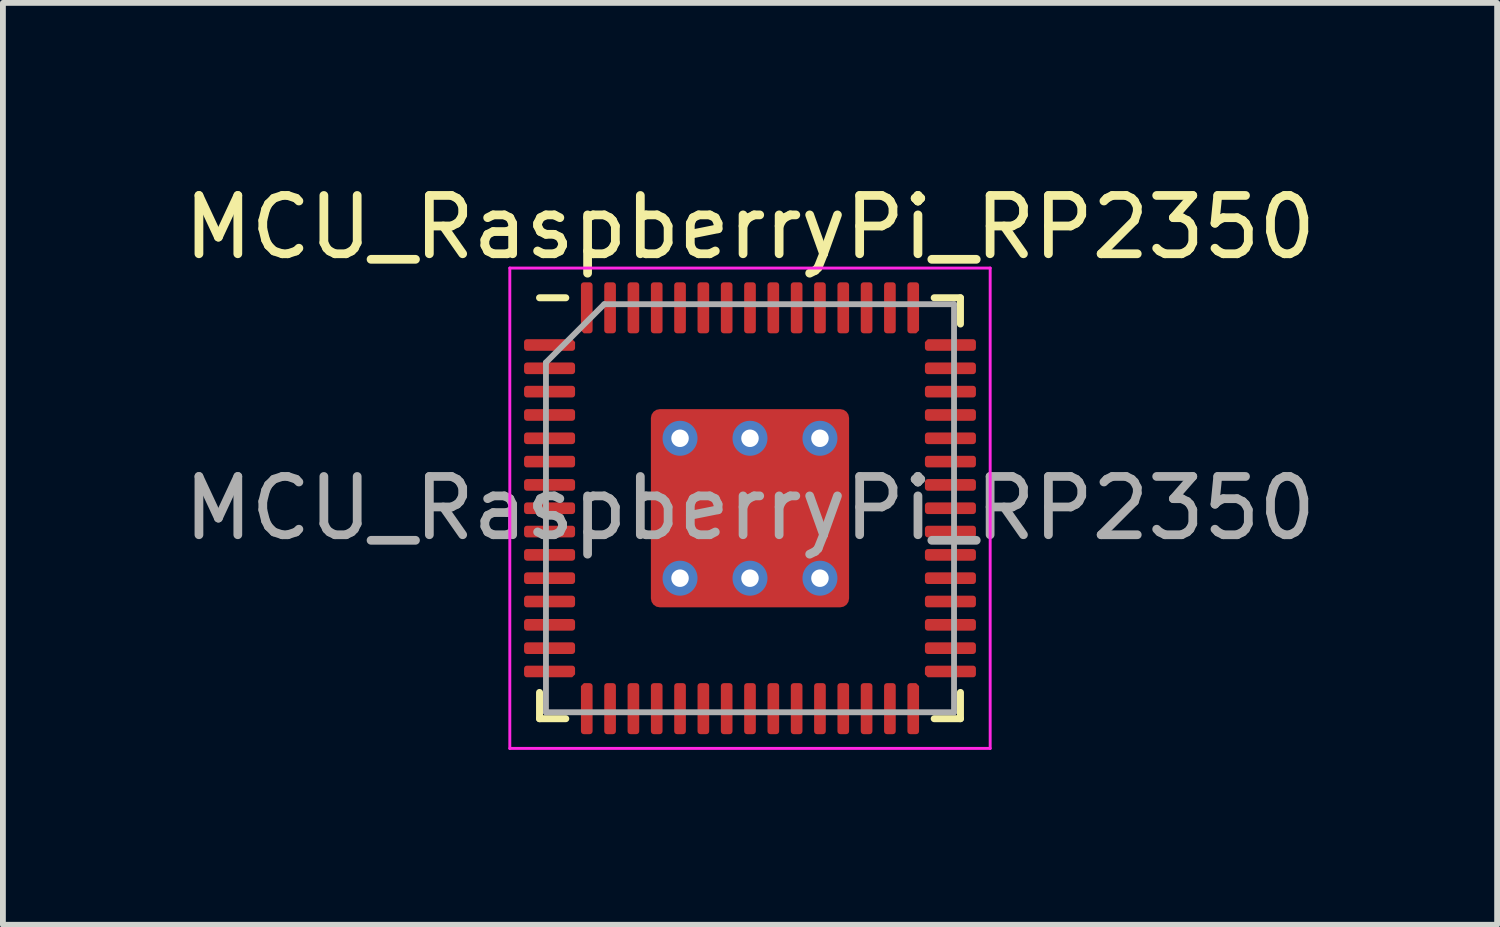
<source format=kicad_pcb>
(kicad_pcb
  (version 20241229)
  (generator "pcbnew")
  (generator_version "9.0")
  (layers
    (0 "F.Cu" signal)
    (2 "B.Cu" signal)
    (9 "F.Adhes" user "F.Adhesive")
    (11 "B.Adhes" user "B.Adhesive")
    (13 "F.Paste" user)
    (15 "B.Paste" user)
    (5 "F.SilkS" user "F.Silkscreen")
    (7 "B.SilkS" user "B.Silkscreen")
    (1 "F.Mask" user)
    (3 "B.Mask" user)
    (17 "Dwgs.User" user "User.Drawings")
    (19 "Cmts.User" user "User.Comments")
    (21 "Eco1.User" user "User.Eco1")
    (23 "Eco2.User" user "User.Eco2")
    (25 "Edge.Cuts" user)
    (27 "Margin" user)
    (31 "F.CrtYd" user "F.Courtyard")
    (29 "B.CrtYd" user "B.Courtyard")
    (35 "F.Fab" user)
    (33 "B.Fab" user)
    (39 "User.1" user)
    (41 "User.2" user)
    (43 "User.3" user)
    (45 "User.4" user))
  (footprint "MCU_RaspberryPi_RP2350"
    (layer "F.Cu")
    (at 9.815 5.668)
    (property "Reference" "MCU_RaspberryPi_RP2350" (at 0 -4.82 0) (layer "F.SilkS") (effects (font (size 1 1) (thickness 0.15))))
    (attr smd)
    (fp_line (start -3.61 3.61) (end -3.61 3.16) (stroke (width 0.12) (type solid)) (layer "F.SilkS"))
    (fp_line (start -3.16 -3.61) (end -3.61 -3.61) (stroke (width 0.12) (type solid)) (layer "F.SilkS"))
    (fp_line (start -3.16 3.61) (end -3.61 3.61) (stroke (width 0.12) (type solid)) (layer "F.SilkS"))
    (fp_line (start 3.16 -3.61) (end 3.61 -3.61) (stroke (width 0.12) (type solid)) (layer "F.SilkS"))
    (fp_line (start 3.16 3.61) (end 3.61 3.61) (stroke (width 0.12) (type solid)) (layer "F.SilkS"))
    (fp_line (start 3.61 -3.61) (end 3.61 -3.16) (stroke (width 0.12) (type solid)) (layer "F.SilkS"))
    (fp_line (start 3.61 3.61) (end 3.61 3.16) (stroke (width 0.12) (type solid)) (layer "F.SilkS"))
    (fp_line (start -4.12 -4.12) (end -4.12 4.12) (stroke (width 0.05) (type solid)) (layer "F.CrtYd"))
    (fp_line (start -4.12 4.12) (end 4.12 4.12) (stroke (width 0.05) (type solid)) (layer "F.CrtYd"))
    (fp_line (start 4.12 -4.12) (end -4.12 -4.12) (stroke (width 0.05) (type solid)) (layer "F.CrtYd"))
    (fp_line (start 4.12 4.12) (end 4.12 -4.12) (stroke (width 0.05) (type solid)) (layer "F.CrtYd"))
    (fp_line (start -3.5 -2.5) (end -2.5 -3.5) (stroke (width 0.1) (type solid)) (layer "F.Fab"))
    (fp_line (start -3.5 3.5) (end -3.5 -2.5) (stroke (width 0.1) (type solid)) (layer "F.Fab"))
    (fp_line (start -2.5 -3.5) (end 3.5 -3.5) (stroke (width 0.1) (type solid)) (layer "F.Fab"))
    (fp_line (start 3.5 -3.5) (end 3.5 3.5) (stroke (width 0.1) (type solid)) (layer "F.Fab"))
    (fp_line (start 3.5 3.5) (end -3.5 3.5) (stroke (width 0.1) (type solid)) (layer "F.Fab"))
    (fp_text user "${REFERENCE}" (at 0 0 0) (layer "F.Fab") (effects (font (size 1 1) (thickness 0.15))))
    (pad "" smd roundrect (at -0.7 -0.7) (size 1.2 1.2) (layers "F.Paste") (roundrect_rratio 0.208))
    (pad "" smd roundrect (at -0.7 0.7) (size 1.2 1.2) (layers "F.Paste") (roundrect_rratio 0.208))
    (pad "" smd roundrect (at 0.7 -0.7) (size 1.2 1.2) (layers "F.Paste") (roundrect_rratio 0.208))
    (pad "" smd roundrect (at 0.7 0.7) (size 1.2 1.2) (layers "F.Paste") (roundrect_rratio 0.208))
    (pad "1" smd roundrect (at -3.438 -2.8) (size 0.875 0.2) (layers "F.Cu" "F.Mask" "F.Paste") (roundrect_rratio 0.25) (chamfer_ratio 0.25) (chamfer top_right))
    (pad "2" smd roundrect (at -3.438 -2.4) (size 0.875 0.2) (layers "F.Cu" "F.Mask" "F.Paste") (roundrect_rratio 0.25))
    (pad "3" smd roundrect (at -3.438 -2) (size 0.875 0.2) (layers "F.Cu" "F.Mask" "F.Paste") (roundrect_rratio 0.25))
    (pad "4" smd roundrect (at -3.438 -1.6) (size 0.875 0.2) (layers "F.Cu" "F.Mask" "F.Paste") (roundrect_rratio 0.25))
    (pad "5" smd roundrect (at -3.438 -1.2) (size 0.875 0.2) (layers "F.Cu" "F.Mask" "F.Paste") (roundrect_rratio 0.25))
    (pad "6" smd roundrect (at -3.438 -0.8) (size 0.875 0.2) (layers "F.Cu" "F.Mask" "F.Paste") (roundrect_rratio 0.25))
    (pad "7" smd roundrect (at -3.438 -0.4) (size 0.875 0.2) (layers "F.Cu" "F.Mask" "F.Paste") (roundrect_rratio 0.25))
    (pad "8" smd roundrect (at -3.438 0) (size 0.875 0.2) (layers "F.Cu" "F.Mask" "F.Paste") (roundrect_rratio 0.25))
    (pad "9" smd roundrect (at -3.438 0.4) (size 0.875 0.2) (layers "F.Cu" "F.Mask" "F.Paste") (roundrect_rratio 0.25))
    (pad "10" smd roundrect (at -3.438 0.8) (size 0.875 0.2) (layers "F.Cu" "F.Mask" "F.Paste") (roundrect_rratio 0.25))
    (pad "11" smd roundrect (at -3.438 1.2) (size 0.875 0.2) (layers "F.Cu" "F.Mask" "F.Paste") (roundrect_rratio 0.25))
    (pad "12" smd roundrect (at -3.438 1.6) (size 0.875 0.2) (layers "F.Cu" "F.Mask" "F.Paste") (roundrect_rratio 0.25))
    (pad "13" smd roundrect (at -3.438 2) (size 0.875 0.2) (layers "F.Cu" "F.Mask" "F.Paste") (roundrect_rratio 0.25))
    (pad "14" smd roundrect (at -3.438 2.4) (size 0.875 0.2) (layers "F.Cu" "F.Mask" "F.Paste") (roundrect_rratio 0.25))
    (pad "15" smd roundrect (at -3.438 2.8) (size 0.875 0.2) (layers "F.Cu" "F.Mask" "F.Paste") (roundrect_rratio 0.25) (chamfer_ratio 0.25) (chamfer bottom_right))
    (pad "16" smd roundrect (at -2.8 3.438) (size 0.2 0.875) (layers "F.Cu" "F.Mask" "F.Paste") (roundrect_rratio 0.25) (chamfer_ratio 0.25) (chamfer top_left))
    (pad "17" smd roundrect (at -2.4 3.438) (size 0.2 0.875) (layers "F.Cu" "F.Mask" "F.Paste") (roundrect_rratio 0.25))
    (pad "18" smd roundrect (at -2 3.438) (size 0.2 0.875) (layers "F.Cu" "F.Mask" "F.Paste") (roundrect_rratio 0.25))
    (pad "19" smd roundrect (at -1.6 3.438) (size 0.2 0.875) (layers "F.Cu" "F.Mask" "F.Paste") (roundrect_rratio 0.25))
    (pad "20" smd roundrect (at -1.2 3.438) (size 0.2 0.875) (layers "F.Cu" "F.Mask" "F.Paste") (roundrect_rratio 0.25))
    (pad "21" smd roundrect (at -0.8 3.438) (size 0.2 0.875) (layers "F.Cu" "F.Mask" "F.Paste") (roundrect_rratio 0.25))
    (pad "22" smd roundrect (at -0.4 3.438) (size 0.2 0.875) (layers "F.Cu" "F.Mask" "F.Paste") (roundrect_rratio 0.25))
    (pad "23" smd roundrect (at 0 3.438) (size 0.2 0.875) (layers "F.Cu" "F.Mask" "F.Paste") (roundrect_rratio 0.25))
    (pad "24" smd roundrect (at 0.4 3.438) (size 0.2 0.875) (layers "F.Cu" "F.Mask" "F.Paste") (roundrect_rratio 0.25))
    (pad "25" smd roundrect (at 0.8 3.438) (size 0.2 0.875) (layers "F.Cu" "F.Mask" "F.Paste") (roundrect_rratio 0.25))
    (pad "26" smd roundrect (at 1.2 3.438) (size 0.2 0.875) (layers "F.Cu" "F.Mask" "F.Paste") (roundrect_rratio 0.25))
    (pad "27" smd roundrect (at 1.6 3.438) (size 0.2 0.875) (layers "F.Cu" "F.Mask" "F.Paste") (roundrect_rratio 0.25))
    (pad "28" smd roundrect (at 2 3.438) (size 0.2 0.875) (layers "F.Cu" "F.Mask" "F.Paste") (roundrect_rratio 0.25))
    (pad "29" smd roundrect (at 2.4 3.438) (size 0.2 0.875) (layers "F.Cu" "F.Mask" "F.Paste") (roundrect_rratio 0.25))
    (pad "30" smd roundrect (at 2.8 3.438) (size 0.2 0.875) (layers "F.Cu" "F.Mask" "F.Paste") (roundrect_rratio 0.25) (chamfer_ratio 0.25) (chamfer top_right))
    (pad "31" smd roundrect (at 3.438 2.8) (size 0.875 0.2) (layers "F.Cu" "F.Mask" "F.Paste") (roundrect_rratio 0.25) (chamfer_ratio 0.25) (chamfer bottom_left))
    (pad "32" smd roundrect (at 3.438 2.4) (size 0.875 0.2) (layers "F.Cu" "F.Mask" "F.Paste") (roundrect_rratio 0.25))
    (pad "33" smd roundrect (at 3.438 2) (size 0.875 0.2) (layers "F.Cu" "F.Mask" "F.Paste") (roundrect_rratio 0.25))
    (pad "34" smd roundrect (at 3.438 1.6) (size 0.875 0.2) (layers "F.Cu" "F.Mask" "F.Paste") (roundrect_rratio 0.25))
    (pad "35" smd roundrect (at 3.438 1.2) (size 0.875 0.2) (layers "F.Cu" "F.Mask" "F.Paste") (roundrect_rratio 0.25))
    (pad "36" smd roundrect (at 3.438 0.8) (size 0.875 0.2) (layers "F.Cu" "F.Mask" "F.Paste") (roundrect_rratio 0.25))
    (pad "37" smd roundrect (at 3.438 0.4) (size 0.875 0.2) (layers "F.Cu" "F.Mask" "F.Paste") (roundrect_rratio 0.25))
    (pad "38" smd roundrect (at 3.438 0) (size 0.875 0.2) (layers "F.Cu" "F.Mask" "F.Paste") (roundrect_rratio 0.25))
    (pad "39" smd roundrect (at 3.438 -0.4) (size 0.875 0.2) (layers "F.Cu" "F.Mask" "F.Paste") (roundrect_rratio 0.25))
    (pad "40" smd roundrect (at 3.438 -0.8) (size 0.875 0.2) (layers "F.Cu" "F.Mask" "F.Paste") (roundrect_rratio 0.25))
    (pad "41" smd roundrect (at 3.438 -1.2) (size 0.875 0.2) (layers "F.Cu" "F.Mask" "F.Paste") (roundrect_rratio 0.25))
    (pad "42" smd roundrect (at 3.438 -1.6) (size 0.875 0.2) (layers "F.Cu" "F.Mask" "F.Paste") (roundrect_rratio 0.25))
    (pad "43" smd roundrect (at 3.438 -2) (size 0.875 0.2) (layers "F.Cu" "F.Mask" "F.Paste") (roundrect_rratio 0.25))
    (pad "44" smd roundrect (at 3.438 -2.4) (size 0.875 0.2) (layers "F.Cu" "F.Mask" "F.Paste") (roundrect_rratio 0.25))
    (pad "45" smd roundrect (at 3.438 -2.8) (size 0.875 0.2) (layers "F.Cu" "F.Mask" "F.Paste") (roundrect_rratio 0.25) (chamfer_ratio 0.25) (chamfer top_left))
    (pad "46" smd roundrect (at 2.8 -3.438) (size 0.2 0.875) (layers "F.Cu" "F.Mask" "F.Paste") (roundrect_rratio 0.25) (chamfer_ratio 0.25) (chamfer bottom_right))
    (pad "47" smd roundrect (at 2.4 -3.438) (size 0.2 0.875) (layers "F.Cu" "F.Mask" "F.Paste") (roundrect_rratio 0.25))
    (pad "48" smd roundrect (at 2 -3.438) (size 0.2 0.875) (layers "F.Cu" "F.Mask" "F.Paste") (roundrect_rratio 0.25))
    (pad "49" smd roundrect (at 1.6 -3.438) (size 0.2 0.875) (layers "F.Cu" "F.Mask" "F.Paste") (roundrect_rratio 0.25))
    (pad "50" smd roundrect (at 1.2 -3.438) (size 0.2 0.875) (layers "F.Cu" "F.Mask" "F.Paste") (roundrect_rratio 0.25))
    (pad "51" smd roundrect (at 0.8 -3.438) (size 0.2 0.875) (layers "F.Cu" "F.Mask" "F.Paste") (roundrect_rratio 0.25))
    (pad "52" smd roundrect (at 0.4 -3.438) (size 0.2 0.875) (layers "F.Cu" "F.Mask" "F.Paste") (roundrect_rratio 0.25))
    (pad "53" smd roundrect (at 0 -3.438) (size 0.2 0.875) (layers "F.Cu" "F.Mask" "F.Paste") (roundrect_rratio 0.25))
    (pad "54" smd roundrect (at -0.4 -3.438) (size 0.2 0.875) (layers "F.Cu" "F.Mask" "F.Paste") (roundrect_rratio 0.25))
    (pad "55" smd roundrect (at -0.8 -3.438) (size 0.2 0.875) (layers "F.Cu" "F.Mask" "F.Paste") (roundrect_rratio 0.25))
    (pad "56" smd roundrect (at -1.2 -3.438) (size 0.2 0.875) (layers "F.Cu" "F.Mask" "F.Paste") (roundrect_rratio 0.25))
    (pad "57" smd roundrect (at -1.6 -3.438) (size 0.2 0.875) (layers "F.Cu" "F.Mask" "F.Paste") (roundrect_rratio 0.25))
    (pad "58" smd roundrect (at -2 -3.438) (size 0.2 0.875) (layers "F.Cu" "F.Mask" "F.Paste") (roundrect_rratio 0.25))
    (pad "59" smd roundrect (at -2.4 -3.438) (size 0.2 0.875) (layers "F.Cu" "F.Mask" "F.Paste") (roundrect_rratio 0.25))
    (pad "60" smd roundrect (at -2.8 -3.438) (size 0.2 0.875) (layers "F.Cu" "F.Mask" "F.Paste") (roundrect_rratio 0.25) (chamfer_ratio 0.25) (chamfer bottom_left))
    (pad "61" thru_hole circle (at -1.2 -1.2) (size 0.6 0.6) (drill 0.3) (layers "*.Cu" "*.Mask"))
    (pad "61" thru_hole circle (at -1.2 1.2) (size 0.6 0.6) (drill 0.3) (layers "*.Cu" "*.Mask"))
    (pad "61" thru_hole circle (at 0 -1.2) (size 0.6 0.6) (drill 0.3) (layers "*.Cu" "*.Mask"))
    (pad "61" smd roundrect (at 0 0 90) (size 3.4 3.4) (layers "F.Cu" "F.Mask") (roundrect_rratio 0.045))
    (pad "61" thru_hole circle (at 0 1.2) (size 0.6 0.6) (drill 0.3) (layers "*.Cu" "*.Mask"))
    (pad "61" thru_hole circle (at 1.2 -1.2) (size 0.6 0.6) (drill 0.3) (layers "*.Cu" "*.Mask"))
    (pad "61" thru_hole circle (at 1.2 1.2) (size 0.6 0.6) (drill 0.3) (layers "*.Cu" "*.Mask")))
  (gr_rect
    (start -3 -3)
    (end 22.631 12.813)
    (stroke (width 0.1) (type default))
    (fill no)
    (layer "Edge.Cuts")))
</source>
